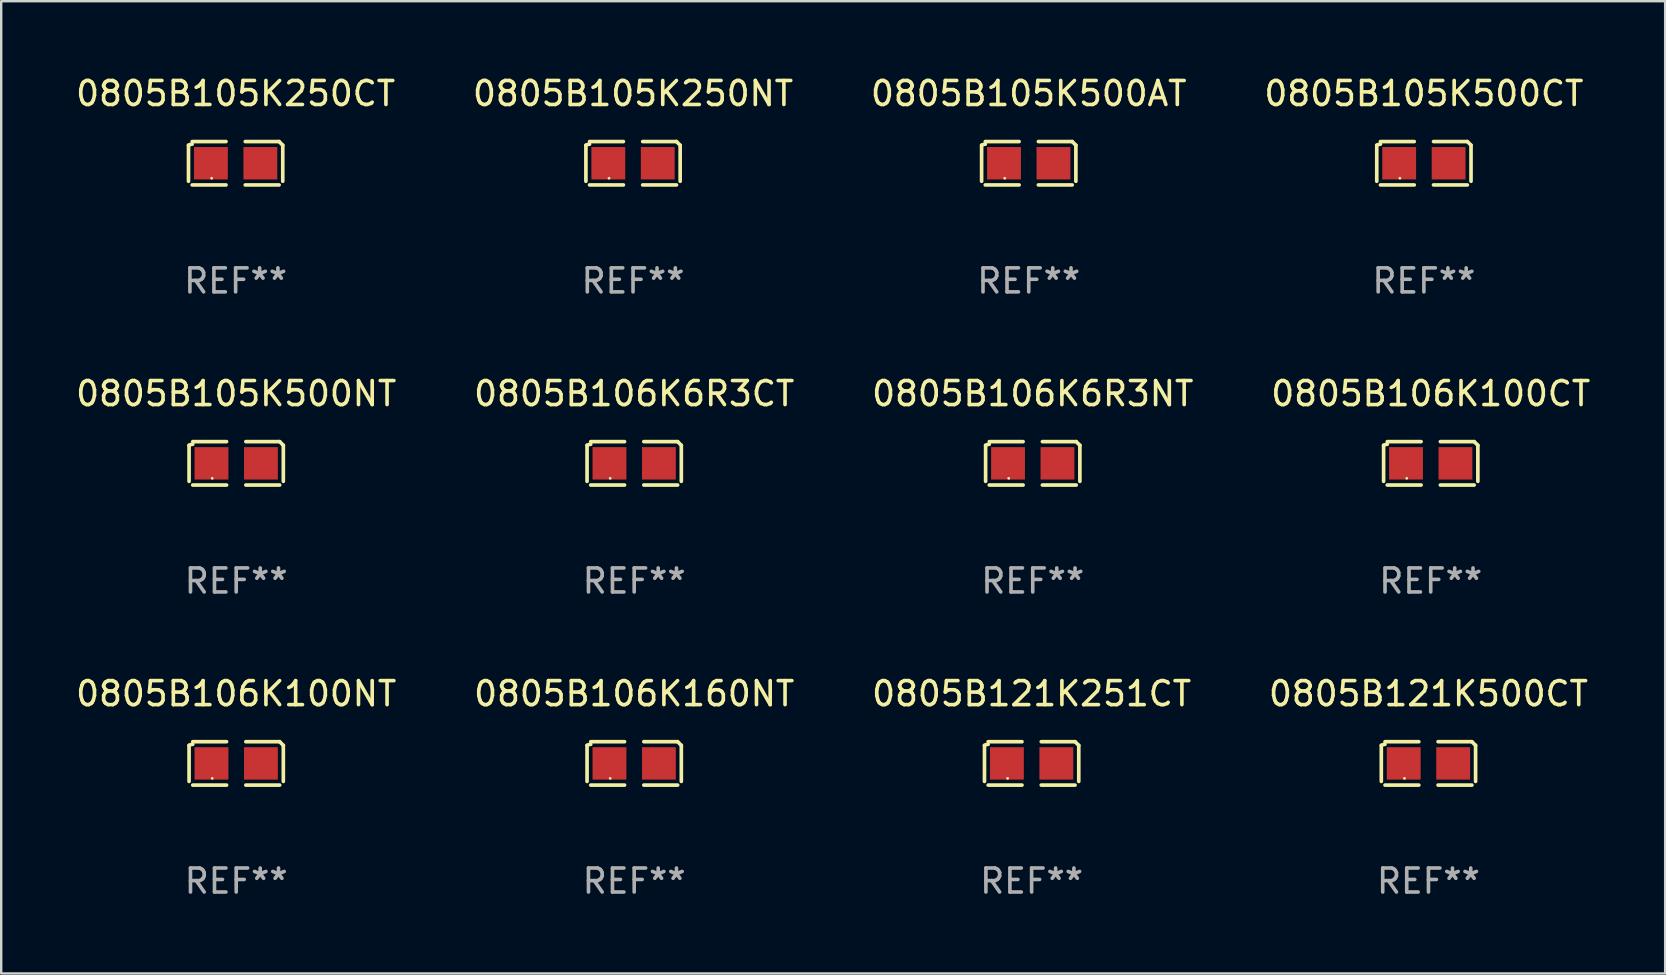
<source format=kicad_pcb>
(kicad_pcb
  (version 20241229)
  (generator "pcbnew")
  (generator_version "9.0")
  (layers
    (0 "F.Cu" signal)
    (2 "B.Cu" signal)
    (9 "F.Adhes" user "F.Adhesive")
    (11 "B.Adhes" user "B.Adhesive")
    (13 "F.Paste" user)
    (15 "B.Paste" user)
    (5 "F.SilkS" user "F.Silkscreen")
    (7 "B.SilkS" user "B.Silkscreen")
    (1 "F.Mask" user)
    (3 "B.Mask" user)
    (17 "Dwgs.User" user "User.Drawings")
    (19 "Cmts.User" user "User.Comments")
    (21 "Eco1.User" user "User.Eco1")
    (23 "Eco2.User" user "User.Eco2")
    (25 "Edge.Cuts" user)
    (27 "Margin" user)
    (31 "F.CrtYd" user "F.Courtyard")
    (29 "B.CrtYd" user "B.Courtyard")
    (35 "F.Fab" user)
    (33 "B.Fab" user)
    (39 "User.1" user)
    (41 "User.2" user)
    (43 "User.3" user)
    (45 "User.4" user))
  (footprint "0805B105K250CT"
    (layer "F.Cu")
    (at 6.768 3.752)
    (property "Reference" "0805B105K250CT" (at 0 -2.904 0) (layer "F.SilkS") (effects (font (size 1 1) (thickness 0.15))))
    (attr through_hole)
    (fp_line (start -1.964 0.751) (end -1.964 -0.751) (stroke (width 0.152) (type solid)) (layer "F.SilkS"))
    (fp_line (start -1.811 -0.904) (end -0.401 -0.904) (stroke (width 0.152) (type solid)) (layer "F.SilkS"))
    (fp_line (start -0.401 0.904) (end -1.811 0.904) (stroke (width 0.152) (type solid)) (layer "F.SilkS"))
    (fp_line (start 0.401 0.904) (end 1.811 0.904) (stroke (width 0.152) (type solid)) (layer "F.SilkS"))
    (fp_line (start 1.811 -0.904) (end 0.401 -0.904) (stroke (width 0.152) (type solid)) (layer "F.SilkS"))
    (fp_line (start 1.964 0.751) (end 1.964 -0.751) (stroke (width 0.152) (type solid)) (layer "F.SilkS"))
    (fp_arc (start -1.963602 -0.751207) (mid -1.890354 -0.783131) (end -1.811201 -0.794044) (stroke (width 0.1524) (type solid)) (layer "F.SilkS"))
    (fp_arc (start 1.811202 -0.903607) (mid 1.887413 -0.827418) (end 1.963602 -0.751207) (stroke (width 0.1524) (type solid)) (layer "F.SilkS"))
    (fp_circle (center -1 0.625) (end -0.97 0.625) (stroke (width 0.06) (type solid)) (fill no) (layer "F.SilkS"))
    (fp_text user "REF**" (at 0 4.904 0) (layer "F.Fab") (effects (font (size 1 1) (thickness 0.15))))
    (pad "1" smd rect (at -1.03 0) (size 1.41 1.35) (layers "F.Cu" "F.Mask" "F.Paste"))
    (pad "2" smd rect (at 1.03 0) (size 1.41 1.35) (layers "F.Cu" "F.Mask" "F.Paste")))
  (footprint "0805B106K160NT"
    (layer "F.Cu")
    (at 23.375 28.759)
    (property "Reference" "0805B106K160NT" (at 0 -2.904 0) (layer "F.SilkS") (effects (font (size 1 1) (thickness 0.15))))
    (attr through_hole)
    (fp_line (start -1.964 0.751) (end -1.964 -0.751) (stroke (width 0.152) (type solid)) (layer "F.SilkS"))
    (fp_line (start -1.811 -0.904) (end -0.401 -0.904) (stroke (width 0.152) (type solid)) (layer "F.SilkS"))
    (fp_line (start -0.401 0.904) (end -1.811 0.904) (stroke (width 0.152) (type solid)) (layer "F.SilkS"))
    (fp_line (start 0.401 0.904) (end 1.811 0.904) (stroke (width 0.152) (type solid)) (layer "F.SilkS"))
    (fp_line (start 1.811 -0.904) (end 0.401 -0.904) (stroke (width 0.152) (type solid)) (layer "F.SilkS"))
    (fp_line (start 1.964 0.751) (end 1.964 -0.751) (stroke (width 0.152) (type solid)) (layer "F.SilkS"))
    (fp_arc (start -1.963602 -0.751207) (mid -1.890354 -0.783131) (end -1.811201 -0.794044) (stroke (width 0.1524) (type solid)) (layer "F.SilkS"))
    (fp_arc (start 1.811202 -0.903607) (mid 1.887413 -0.827418) (end 1.963602 -0.751207) (stroke (width 0.1524) (type solid)) (layer "F.SilkS"))
    (fp_circle (center -1 0.625) (end -0.97 0.625) (stroke (width 0.06) (type solid)) (fill no) (layer "F.SilkS"))
    (fp_text user "REF**" (at 0 4.904 0) (layer "F.Fab") (effects (font (size 1 1) (thickness 0.15))))
    (pad "1" smd rect (at -1.03 0) (size 1.41 1.35) (layers "F.Cu" "F.Mask" "F.Paste"))
    (pad "2" smd rect (at 1.03 0) (size 1.41 1.35) (layers "F.Cu" "F.Mask" "F.Paste")))
  (footprint "0805B106K6R3CT"
    (layer "F.Cu")
    (at 23.375 16.256)
    (property "Reference" "0805B106K6R3CT" (at 0 -2.904 0) (layer "F.SilkS") (effects (font (size 1 1) (thickness 0.15))))
    (attr through_hole)
    (fp_line (start -1.964 0.751) (end -1.964 -0.751) (stroke (width 0.152) (type solid)) (layer "F.SilkS"))
    (fp_line (start -1.811 -0.904) (end -0.401 -0.904) (stroke (width 0.152) (type solid)) (layer "F.SilkS"))
    (fp_line (start -0.401 0.904) (end -1.811 0.904) (stroke (width 0.152) (type solid)) (layer "F.SilkS"))
    (fp_line (start 0.401 0.904) (end 1.811 0.904) (stroke (width 0.152) (type solid)) (layer "F.SilkS"))
    (fp_line (start 1.811 -0.904) (end 0.401 -0.904) (stroke (width 0.152) (type solid)) (layer "F.SilkS"))
    (fp_line (start 1.964 0.751) (end 1.964 -0.751) (stroke (width 0.152) (type solid)) (layer "F.SilkS"))
    (fp_arc (start -1.963602 -0.751207) (mid -1.890354 -0.783131) (end -1.811201 -0.794044) (stroke (width 0.1524) (type solid)) (layer "F.SilkS"))
    (fp_arc (start 1.811202 -0.903607) (mid 1.887413 -0.827418) (end 1.963602 -0.751207) (stroke (width 0.1524) (type solid)) (layer "F.SilkS"))
    (fp_circle (center -1 0.625) (end -0.97 0.625) (stroke (width 0.06) (type solid)) (fill no) (layer "F.SilkS"))
    (fp_text user "REF**" (at 0 4.904 0) (layer "F.Fab") (effects (font (size 1 1) (thickness 0.15))))
    (pad "1" smd rect (at -1.03 0) (size 1.41 1.35) (layers "F.Cu" "F.Mask" "F.Paste"))
    (pad "2" smd rect (at 1.03 0) (size 1.41 1.35) (layers "F.Cu" "F.Mask" "F.Paste")))
  (footprint "0805B105K250NT"
    (layer "F.Cu")
    (at 23.327 3.752)
    (property "Reference" "0805B105K250NT" (at 0 -2.904 0) (layer "F.SilkS") (effects (font (size 1 1) (thickness 0.15))))
    (attr through_hole)
    (fp_line (start -1.964 0.751) (end -1.964 -0.751) (stroke (width 0.152) (type solid)) (layer "F.SilkS"))
    (fp_line (start -1.811 -0.904) (end -0.401 -0.904) (stroke (width 0.152) (type solid)) (layer "F.SilkS"))
    (fp_line (start -0.401 0.904) (end -1.811 0.904) (stroke (width 0.152) (type solid)) (layer "F.SilkS"))
    (fp_line (start 0.401 0.904) (end 1.811 0.904) (stroke (width 0.152) (type solid)) (layer "F.SilkS"))
    (fp_line (start 1.811 -0.904) (end 0.401 -0.904) (stroke (width 0.152) (type solid)) (layer "F.SilkS"))
    (fp_line (start 1.964 0.751) (end 1.964 -0.751) (stroke (width 0.152) (type solid)) (layer "F.SilkS"))
    (fp_arc (start -1.963602 -0.751207) (mid -1.890354 -0.783131) (end -1.811201 -0.794044) (stroke (width 0.1524) (type solid)) (layer "F.SilkS"))
    (fp_arc (start 1.811202 -0.903607) (mid 1.887413 -0.827418) (end 1.963602 -0.751207) (stroke (width 0.1524) (type solid)) (layer "F.SilkS"))
    (fp_circle (center -1 0.625) (end -0.97 0.625) (stroke (width 0.06) (type solid)) (fill no) (layer "F.SilkS"))
    (fp_text user "REF**" (at 0 4.904 0) (layer "F.Fab") (effects (font (size 1 1) (thickness 0.15))))
    (pad "1" smd rect (at -1.03 0) (size 1.41 1.35) (layers "F.Cu" "F.Mask" "F.Paste"))
    (pad "2" smd rect (at 1.03 0) (size 1.41 1.35) (layers "F.Cu" "F.Mask" "F.Paste")))
  (footprint "0805B106K6R3NT"
    (layer "F.Cu")
    (at 39.982 16.256)
    (property "Reference" "0805B106K6R3NT" (at 0 -2.904 0) (layer "F.SilkS") (effects (font (size 1 1) (thickness 0.15))))
    (attr through_hole)
    (fp_line (start -1.964 0.751) (end -1.964 -0.751) (stroke (width 0.152) (type solid)) (layer "F.SilkS"))
    (fp_line (start -1.811 -0.904) (end -0.401 -0.904) (stroke (width 0.152) (type solid)) (layer "F.SilkS"))
    (fp_line (start -0.401 0.904) (end -1.811 0.904) (stroke (width 0.152) (type solid)) (layer "F.SilkS"))
    (fp_line (start 0.401 0.904) (end 1.811 0.904) (stroke (width 0.152) (type solid)) (layer "F.SilkS"))
    (fp_line (start 1.811 -0.904) (end 0.401 -0.904) (stroke (width 0.152) (type solid)) (layer "F.SilkS"))
    (fp_line (start 1.964 0.751) (end 1.964 -0.751) (stroke (width 0.152) (type solid)) (layer "F.SilkS"))
    (fp_arc (start -1.963602 -0.751207) (mid -1.890354 -0.783131) (end -1.811201 -0.794044) (stroke (width 0.1524) (type solid)) (layer "F.SilkS"))
    (fp_arc (start 1.811202 -0.903607) (mid 1.887413 -0.827418) (end 1.963602 -0.751207) (stroke (width 0.1524) (type solid)) (layer "F.SilkS"))
    (fp_circle (center -1 0.625) (end -0.97 0.625) (stroke (width 0.06) (type solid)) (fill no) (layer "F.SilkS"))
    (fp_text user "REF**" (at 0 4.904 0) (layer "F.Fab") (effects (font (size 1 1) (thickness 0.15))))
    (pad "1" smd rect (at -1.03 0) (size 1.41 1.35) (layers "F.Cu" "F.Mask" "F.Paste"))
    (pad "2" smd rect (at 1.03 0) (size 1.41 1.35) (layers "F.Cu" "F.Mask" "F.Paste")))
  (footprint "0805B105K500AT"
    (layer "F.Cu")
    (at 39.815 3.752)
    (property "Reference" "0805B105K500AT" (at 0 -2.904 0) (layer "F.SilkS") (effects (font (size 1 1) (thickness 0.15))))
    (attr through_hole)
    (fp_line (start -1.964 0.751) (end -1.964 -0.751) (stroke (width 0.152) (type solid)) (layer "F.SilkS"))
    (fp_line (start -1.811 -0.904) (end -0.401 -0.904) (stroke (width 0.152) (type solid)) (layer "F.SilkS"))
    (fp_line (start -0.401 0.904) (end -1.811 0.904) (stroke (width 0.152) (type solid)) (layer "F.SilkS"))
    (fp_line (start 0.401 0.904) (end 1.811 0.904) (stroke (width 0.152) (type solid)) (layer "F.SilkS"))
    (fp_line (start 1.811 -0.904) (end 0.401 -0.904) (stroke (width 0.152) (type solid)) (layer "F.SilkS"))
    (fp_line (start 1.964 0.751) (end 1.964 -0.751) (stroke (width 0.152) (type solid)) (layer "F.SilkS"))
    (fp_arc (start -1.963602 -0.751207) (mid -1.890354 -0.783131) (end -1.811201 -0.794044) (stroke (width 0.1524) (type solid)) (layer "F.SilkS"))
    (fp_arc (start 1.811202 -0.903607) (mid 1.887413 -0.827418) (end 1.963602 -0.751207) (stroke (width 0.1524) (type solid)) (layer "F.SilkS"))
    (fp_circle (center -1 0.625) (end -0.97 0.625) (stroke (width 0.06) (type solid)) (fill no) (layer "F.SilkS"))
    (fp_text user "REF**" (at 0 4.904 0) (layer "F.Fab") (effects (font (size 1 1) (thickness 0.15))))
    (pad "1" smd rect (at -1.03 0) (size 1.41 1.35) (layers "F.Cu" "F.Mask" "F.Paste"))
    (pad "2" smd rect (at 1.03 0) (size 1.41 1.35) (layers "F.Cu" "F.Mask" "F.Paste")))
  (footprint "0805B105K500CT"
    (layer "F.Cu")
    (at 56.28 3.752)
    (property "Reference" "0805B105K500CT" (at 0 -2.904 0) (layer "F.SilkS") (effects (font (size 1 1) (thickness 0.15))))
    (attr through_hole)
    (fp_line (start -1.964 0.751) (end -1.964 -0.751) (stroke (width 0.152) (type solid)) (layer "F.SilkS"))
    (fp_line (start -1.811 -0.904) (end -0.401 -0.904) (stroke (width 0.152) (type solid)) (layer "F.SilkS"))
    (fp_line (start -0.401 0.904) (end -1.811 0.904) (stroke (width 0.152) (type solid)) (layer "F.SilkS"))
    (fp_line (start 0.401 0.904) (end 1.811 0.904) (stroke (width 0.152) (type solid)) (layer "F.SilkS"))
    (fp_line (start 1.811 -0.904) (end 0.401 -0.904) (stroke (width 0.152) (type solid)) (layer "F.SilkS"))
    (fp_line (start 1.964 0.751) (end 1.964 -0.751) (stroke (width 0.152) (type solid)) (layer "F.SilkS"))
    (fp_arc (start -1.963602 -0.751207) (mid -1.890354 -0.783131) (end -1.811201 -0.794044) (stroke (width 0.1524) (type solid)) (layer "F.SilkS"))
    (fp_arc (start 1.811202 -0.903607) (mid 1.887413 -0.827418) (end 1.963602 -0.751207) (stroke (width 0.1524) (type solid)) (layer "F.SilkS"))
    (fp_circle (center -1 0.625) (end -0.97 0.625) (stroke (width 0.06) (type solid)) (fill no) (layer "F.SilkS"))
    (fp_text user "REF**" (at 0 4.904 0) (layer "F.Fab") (effects (font (size 1 1) (thickness 0.15))))
    (pad "1" smd rect (at -1.03 0) (size 1.41 1.35) (layers "F.Cu" "F.Mask" "F.Paste"))
    (pad "2" smd rect (at 1.03 0) (size 1.41 1.35) (layers "F.Cu" "F.Mask" "F.Paste")))
  (footprint "0805B105K500NT"
    (layer "F.Cu")
    (at 6.792 16.256)
    (property "Reference" "0805B105K500NT" (at 0 -2.904 0) (layer "F.SilkS") (effects (font (size 1 1) (thickness 0.15))))
    (attr through_hole)
    (fp_line (start -1.964 0.751) (end -1.964 -0.751) (stroke (width 0.152) (type solid)) (layer "F.SilkS"))
    (fp_line (start -1.811 -0.904) (end -0.401 -0.904) (stroke (width 0.152) (type solid)) (layer "F.SilkS"))
    (fp_line (start -0.401 0.904) (end -1.811 0.904) (stroke (width 0.152) (type solid)) (layer "F.SilkS"))
    (fp_line (start 0.401 0.904) (end 1.811 0.904) (stroke (width 0.152) (type solid)) (layer "F.SilkS"))
    (fp_line (start 1.811 -0.904) (end 0.401 -0.904) (stroke (width 0.152) (type solid)) (layer "F.SilkS"))
    (fp_line (start 1.964 0.751) (end 1.964 -0.751) (stroke (width 0.152) (type solid)) (layer "F.SilkS"))
    (fp_arc (start -1.963602 -0.751207) (mid -1.890354 -0.783131) (end -1.811201 -0.794044) (stroke (width 0.1524) (type solid)) (layer "F.SilkS"))
    (fp_arc (start 1.811202 -0.903607) (mid 1.887413 -0.827418) (end 1.963602 -0.751207) (stroke (width 0.1524) (type solid)) (layer "F.SilkS"))
    (fp_circle (center -1 0.625) (end -0.97 0.625) (stroke (width 0.06) (type solid)) (fill no) (layer "F.SilkS"))
    (fp_text user "REF**" (at 0 4.904 0) (layer "F.Fab") (effects (font (size 1 1) (thickness 0.15))))
    (pad "1" smd rect (at -1.03 0) (size 1.41 1.35) (layers "F.Cu" "F.Mask" "F.Paste"))
    (pad "2" smd rect (at 1.03 0) (size 1.41 1.35) (layers "F.Cu" "F.Mask" "F.Paste")))
  (footprint "0805B121K251CT"
    (layer "F.Cu")
    (at 39.935 28.759)
    (property "Reference" "0805B121K251CT" (at 0 -2.904 0) (layer "F.SilkS") (effects (font (size 1 1) (thickness 0.15))))
    (attr through_hole)
    (fp_line (start -1.964 0.751) (end -1.964 -0.751) (stroke (width 0.152) (type solid)) (layer "F.SilkS"))
    (fp_line (start -1.811 -0.904) (end -0.401 -0.904) (stroke (width 0.152) (type solid)) (layer "F.SilkS"))
    (fp_line (start -0.401 0.904) (end -1.811 0.904) (stroke (width 0.152) (type solid)) (layer "F.SilkS"))
    (fp_line (start 0.401 0.904) (end 1.811 0.904) (stroke (width 0.152) (type solid)) (layer "F.SilkS"))
    (fp_line (start 1.811 -0.904) (end 0.401 -0.904) (stroke (width 0.152) (type solid)) (layer "F.SilkS"))
    (fp_line (start 1.964 0.751) (end 1.964 -0.751) (stroke (width 0.152) (type solid)) (layer "F.SilkS"))
    (fp_arc (start -1.963602 -0.751207) (mid -1.890354 -0.783131) (end -1.811201 -0.794044) (stroke (width 0.1524) (type solid)) (layer "F.SilkS"))
    (fp_arc (start 1.811202 -0.903607) (mid 1.887413 -0.827418) (end 1.963602 -0.751207) (stroke (width 0.1524) (type solid)) (layer "F.SilkS"))
    (fp_circle (center -1 0.625) (end -0.97 0.625) (stroke (width 0.06) (type solid)) (fill no) (layer "F.SilkS"))
    (fp_text user "REF**" (at 0 4.904 0) (layer "F.Fab") (effects (font (size 1 1) (thickness 0.15))))
    (pad "1" smd rect (at -1.03 0) (size 1.41 1.35) (layers "F.Cu" "F.Mask" "F.Paste"))
    (pad "2" smd rect (at 1.03 0) (size 1.41 1.35) (layers "F.Cu" "F.Mask" "F.Paste")))
  (footprint "0805B106K100NT"
    (layer "F.Cu")
    (at 6.792 28.759)
    (property "Reference" "0805B106K100NT" (at 0 -2.904 0) (layer "F.SilkS") (effects (font (size 1 1) (thickness 0.15))))
    (attr through_hole)
    (fp_line (start -1.964 0.751) (end -1.964 -0.751) (stroke (width 0.152) (type solid)) (layer "F.SilkS"))
    (fp_line (start -1.811 -0.904) (end -0.401 -0.904) (stroke (width 0.152) (type solid)) (layer "F.SilkS"))
    (fp_line (start -0.401 0.904) (end -1.811 0.904) (stroke (width 0.152) (type solid)) (layer "F.SilkS"))
    (fp_line (start 0.401 0.904) (end 1.811 0.904) (stroke (width 0.152) (type solid)) (layer "F.SilkS"))
    (fp_line (start 1.811 -0.904) (end 0.401 -0.904) (stroke (width 0.152) (type solid)) (layer "F.SilkS"))
    (fp_line (start 1.964 0.751) (end 1.964 -0.751) (stroke (width 0.152) (type solid)) (layer "F.SilkS"))
    (fp_arc (start -1.963602 -0.751207) (mid -1.890354 -0.783131) (end -1.811201 -0.794044) (stroke (width 0.1524) (type solid)) (layer "F.SilkS"))
    (fp_arc (start 1.811202 -0.903607) (mid 1.887413 -0.827418) (end 1.963602 -0.751207) (stroke (width 0.1524) (type solid)) (layer "F.SilkS"))
    (fp_circle (center -1 0.625) (end -0.97 0.625) (stroke (width 0.06) (type solid)) (fill no) (layer "F.SilkS"))
    (fp_text user "REF**" (at 0 4.904 0) (layer "F.Fab") (effects (font (size 1 1) (thickness 0.15))))
    (pad "1" smd rect (at -1.03 0) (size 1.41 1.35) (layers "F.Cu" "F.Mask" "F.Paste"))
    (pad "2" smd rect (at 1.03 0) (size 1.41 1.35) (layers "F.Cu" "F.Mask" "F.Paste")))
  (footprint "0805B106K100CT"
    (layer "F.Cu")
    (at 56.565 16.256)
    (property "Reference" "0805B106K100CT" (at 0 -2.904 0) (layer "F.SilkS") (effects (font (size 1 1) (thickness 0.15))))
    (attr through_hole)
    (fp_line (start -1.964 0.751) (end -1.964 -0.751) (stroke (width 0.152) (type solid)) (layer "F.SilkS"))
    (fp_line (start -1.811 -0.904) (end -0.401 -0.904) (stroke (width 0.152) (type solid)) (layer "F.SilkS"))
    (fp_line (start -0.401 0.904) (end -1.811 0.904) (stroke (width 0.152) (type solid)) (layer "F.SilkS"))
    (fp_line (start 0.401 0.904) (end 1.811 0.904) (stroke (width 0.152) (type solid)) (layer "F.SilkS"))
    (fp_line (start 1.811 -0.904) (end 0.401 -0.904) (stroke (width 0.152) (type solid)) (layer "F.SilkS"))
    (fp_line (start 1.964 0.751) (end 1.964 -0.751) (stroke (width 0.152) (type solid)) (layer "F.SilkS"))
    (fp_arc (start -1.963602 -0.751207) (mid -1.890354 -0.783131) (end -1.811201 -0.794044) (stroke (width 0.1524) (type solid)) (layer "F.SilkS"))
    (fp_arc (start 1.811202 -0.903607) (mid 1.887413 -0.827418) (end 1.963602 -0.751207) (stroke (width 0.1524) (type solid)) (layer "F.SilkS"))
    (fp_circle (center -1 0.625) (end -0.97 0.625) (stroke (width 0.06) (type solid)) (fill no) (layer "F.SilkS"))
    (fp_text user "REF**" (at 0 4.904 0) (layer "F.Fab") (effects (font (size 1 1) (thickness 0.15))))
    (pad "1" smd rect (at -1.03 0) (size 1.41 1.35) (layers "F.Cu" "F.Mask" "F.Paste"))
    (pad "2" smd rect (at 1.03 0) (size 1.41 1.35) (layers "F.Cu" "F.Mask" "F.Paste")))
  (footprint "0805B121K500CT"
    (layer "F.Cu")
    (at 56.47 28.759)
    (property "Reference" "0805B121K500CT" (at 0 -2.904 0) (layer "F.SilkS") (effects (font (size 1 1) (thickness 0.15))))
    (attr through_hole)
    (fp_line (start -1.964 0.751) (end -1.964 -0.751) (stroke (width 0.152) (type solid)) (layer "F.SilkS"))
    (fp_line (start -1.811 -0.904) (end -0.401 -0.904) (stroke (width 0.152) (type solid)) (layer "F.SilkS"))
    (fp_line (start -0.401 0.904) (end -1.811 0.904) (stroke (width 0.152) (type solid)) (layer "F.SilkS"))
    (fp_line (start 0.401 0.904) (end 1.811 0.904) (stroke (width 0.152) (type solid)) (layer "F.SilkS"))
    (fp_line (start 1.811 -0.904) (end 0.401 -0.904) (stroke (width 0.152) (type solid)) (layer "F.SilkS"))
    (fp_line (start 1.964 0.751) (end 1.964 -0.751) (stroke (width 0.152) (type solid)) (layer "F.SilkS"))
    (fp_arc (start -1.963602 -0.751207) (mid -1.890354 -0.783131) (end -1.811201 -0.794044) (stroke (width 0.1524) (type solid)) (layer "F.SilkS"))
    (fp_arc (start 1.811202 -0.903607) (mid 1.887413 -0.827418) (end 1.963602 -0.751207) (stroke (width 0.1524) (type solid)) (layer "F.SilkS"))
    (fp_circle (center -1 0.625) (end -0.97 0.625) (stroke (width 0.06) (type solid)) (fill no) (layer "F.SilkS"))
    (fp_text user "REF**" (at 0 4.904 0) (layer "F.Fab") (effects (font (size 1 1) (thickness 0.15))))
    (pad "1" smd rect (at -1.03 0) (size 1.41 1.35) (layers "F.Cu" "F.Mask" "F.Paste"))
    (pad "2" smd rect (at 1.03 0) (size 1.41 1.35) (layers "F.Cu" "F.Mask" "F.Paste")))
  (gr_rect
    (start -3 -3)
    (end 66.333 37.511)
    (stroke (width 0.1) (type default))
    (fill no)
    (layer "Edge.Cuts")))
</source>
